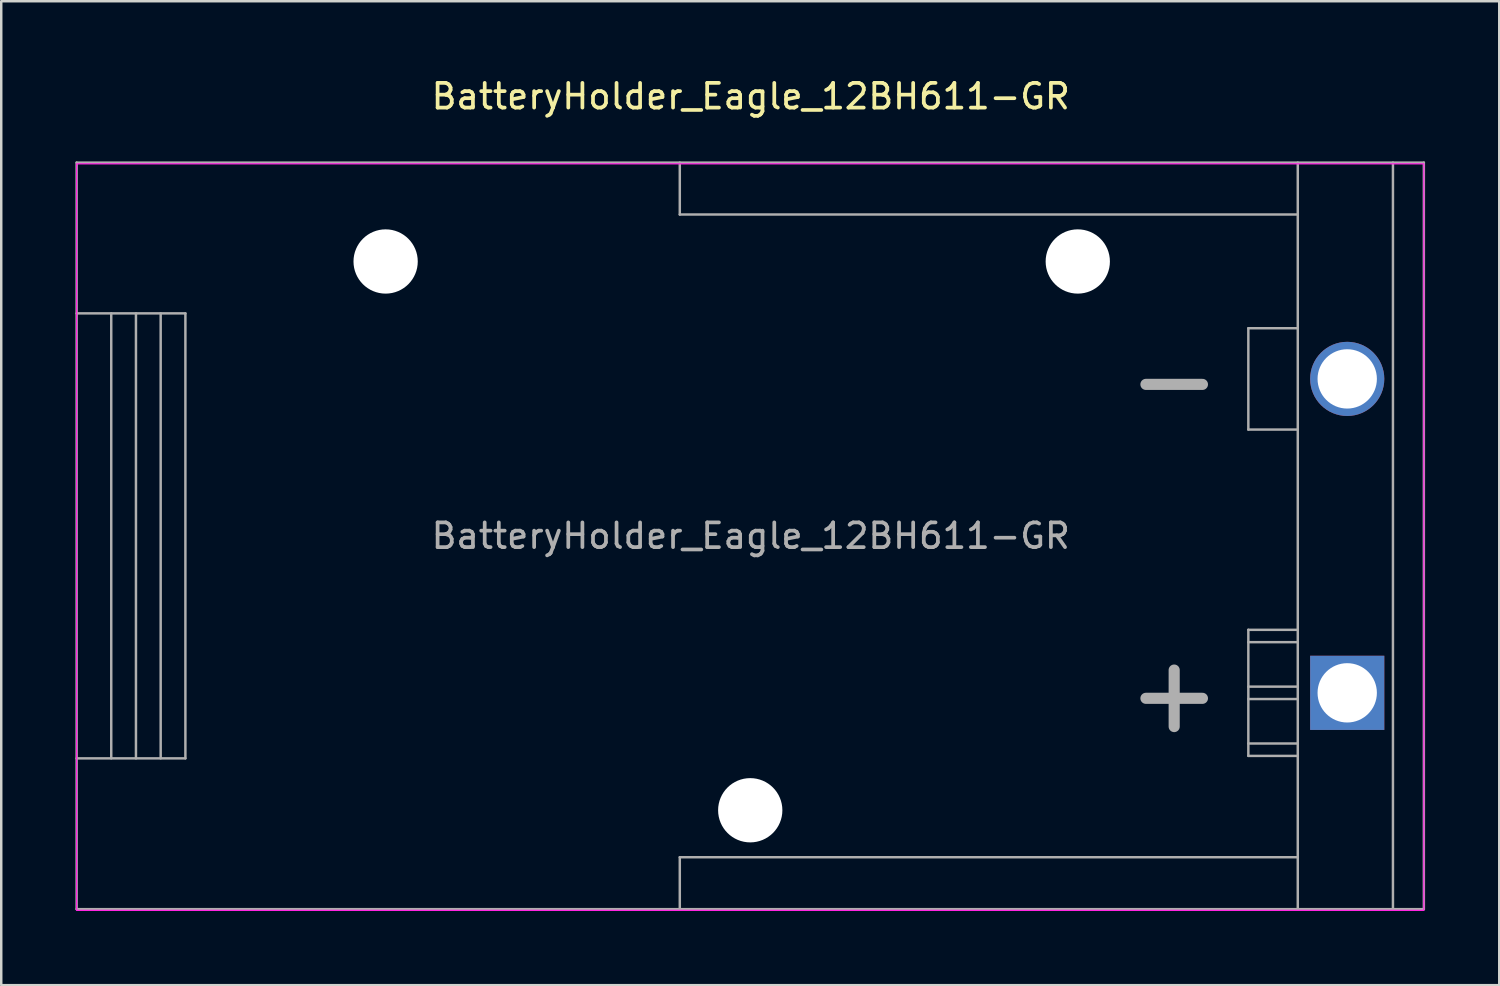
<source format=kicad_pcb>
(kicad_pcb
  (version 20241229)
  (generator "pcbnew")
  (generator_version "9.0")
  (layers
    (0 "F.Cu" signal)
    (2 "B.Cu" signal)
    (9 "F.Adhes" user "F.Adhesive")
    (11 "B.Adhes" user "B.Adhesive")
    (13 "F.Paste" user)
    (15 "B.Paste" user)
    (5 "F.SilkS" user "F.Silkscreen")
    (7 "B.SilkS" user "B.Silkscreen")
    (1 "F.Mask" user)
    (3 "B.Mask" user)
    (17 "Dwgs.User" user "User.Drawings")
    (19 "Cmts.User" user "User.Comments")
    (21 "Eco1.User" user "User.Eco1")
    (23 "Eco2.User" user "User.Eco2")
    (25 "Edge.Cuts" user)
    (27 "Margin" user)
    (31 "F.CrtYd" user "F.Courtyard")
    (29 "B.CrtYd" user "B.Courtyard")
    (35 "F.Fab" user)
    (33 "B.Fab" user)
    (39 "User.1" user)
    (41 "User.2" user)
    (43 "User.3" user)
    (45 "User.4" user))
  (footprint "BatteryHolder_Eagle_12BH611-GR"
    (layer "F.Cu")
    (at 51.45 24.978)
    (property "Reference" "BatteryHolder_Eagle_12BH611-GR" (at -24.13 -24.13 0) (layer "F.SilkS") (effects (font (size 1 1) (thickness 0.15))))
    (attr through_hole)
    (fp_rect (start -51.4 -21.4) (end 3.1 8.8) (stroke (width 0.05) (type default)) (fill no) (layer "F.CrtYd"))
    (fp_line (start -51.4 -21.45) (end 3.1 -21.45) (stroke (width 0.1) (type solid)) (layer "F.Fab"))
    (fp_line (start -51.4 -15.35) (end -47 -15.35) (stroke (width 0.1) (type solid)) (layer "F.Fab"))
    (fp_line (start -51.4 2.65) (end -47 2.65) (stroke (width 0.1) (type solid)) (layer "F.Fab"))
    (fp_line (start -51.4 8.75) (end -51.4 -21.45) (stroke (width 0.1) (type solid)) (layer "F.Fab"))
    (fp_line (start -50 2.65) (end -50 -15.35) (stroke (width 0.1) (type solid)) (layer "F.Fab"))
    (fp_line (start -49 2.65) (end -49 -15.35) (stroke (width 0.1) (type solid)) (layer "F.Fab"))
    (fp_line (start -48 2.65) (end -48 -15.35) (stroke (width 0.1) (type solid)) (layer "F.Fab"))
    (fp_line (start -47 2.65) (end -47 -15.35) (stroke (width 0.1) (type solid)) (layer "F.Fab"))
    (fp_line (start -27 -19.35) (end -27 -21.45) (stroke (width 0.1) (type solid)) (layer "F.Fab"))
    (fp_line (start -27 6.65) (end -27 8.75) (stroke (width 0.1) (type solid)) (layer "F.Fab"))
    (fp_line (start -4 -14.75) (end -4 -10.65) (stroke (width 0.1) (type solid)) (layer "F.Fab"))
    (fp_line (start -4 -10.65) (end -2 -10.65) (stroke (width 0.1) (type solid)) (layer "F.Fab"))
    (fp_line (start -4 -2.55) (end -4 2.55) (stroke (width 0.1) (type solid)) (layer "F.Fab"))
    (fp_line (start -4 -2.05) (end -2 -2.05) (stroke (width 0.1) (type solid)) (layer "F.Fab"))
    (fp_line (start -4 0.25) (end -2 0.25) (stroke (width 0.1) (type solid)) (layer "F.Fab"))
    (fp_line (start -4 2.55) (end -2 2.55) (stroke (width 0.1) (type solid)) (layer "F.Fab"))
    (fp_line (start -2 -21.45) (end -2 8.75) (stroke (width 0.1) (type solid)) (layer "F.Fab"))
    (fp_line (start -2 -19.35) (end -27 -19.35) (stroke (width 0.1) (type solid)) (layer "F.Fab"))
    (fp_line (start -2 -14.75) (end -4 -14.75) (stroke (width 0.1) (type solid)) (layer "F.Fab"))
    (fp_line (start -2 -2.55) (end -4 -2.55) (stroke (width 0.1) (type solid)) (layer "F.Fab"))
    (fp_line (start -2 -0.25) (end -4 -0.25) (stroke (width 0.1) (type solid)) (layer "F.Fab"))
    (fp_line (start -2 2.05) (end -4 2.05) (stroke (width 0.1) (type solid)) (layer "F.Fab"))
    (fp_line (start -2 6.65) (end -27 6.65) (stroke (width 0.1) (type solid)) (layer "F.Fab"))
    (fp_line (start 1.85 8.75) (end 1.85 -21.45) (stroke (width 0.1) (type solid)) (layer "F.Fab"))
    (fp_line (start 3.1 -21.45) (end 3.1 8.75) (stroke (width 0.1) (type solid)) (layer "F.Fab"))
    (fp_line (start 3.1 8.75) (end -51.4 8.75) (stroke (width 0.1) (type solid)) (layer "F.Fab"))
    (fp_text user "${REFERENCE}" (at -24.13 -6.35 180) (layer "F.Fab") (effects (font (size 1 1) (thickness 0.15))))
    (fp_text user "-" (at -7 -12.7 0) (layer "F.Fab") (effects (font (size 3 3) (thickness 0.45))))
    (fp_text user "+" (at -7 0 0) (layer "F.Fab") (effects (font (size 3 3) (thickness 0.45))))
    (pad "" np_thru_hole circle (at -38.9 -17.45) (size 2.6 2.6) (drill 2.6) (layers "*.Cu" "*.Mask"))
    (pad "" np_thru_hole circle (at -24.15 4.75) (size 2.6 2.6) (drill 2.6) (layers "*.Cu" "*.Mask"))
    (pad "" np_thru_hole circle (at -10.9 -17.45) (size 2.6 2.6) (drill 2.6) (layers "*.Cu" "*.Mask"))
    (pad "1" thru_hole rect (at 0 0) (size 3 3) (drill 2.4) (layers "*.Cu" "*.Mask"))
    (pad "2" thru_hole circle (at 0 -12.7) (size 3 3) (drill 2.4) (layers "*.Cu" "*.Mask")))
  (gr_rect
    (start -3 -3)
    (end 57.6 36.803)
    (stroke (width 0.1) (type default))
    (fill no)
    (layer "Edge.Cuts")))
</source>
